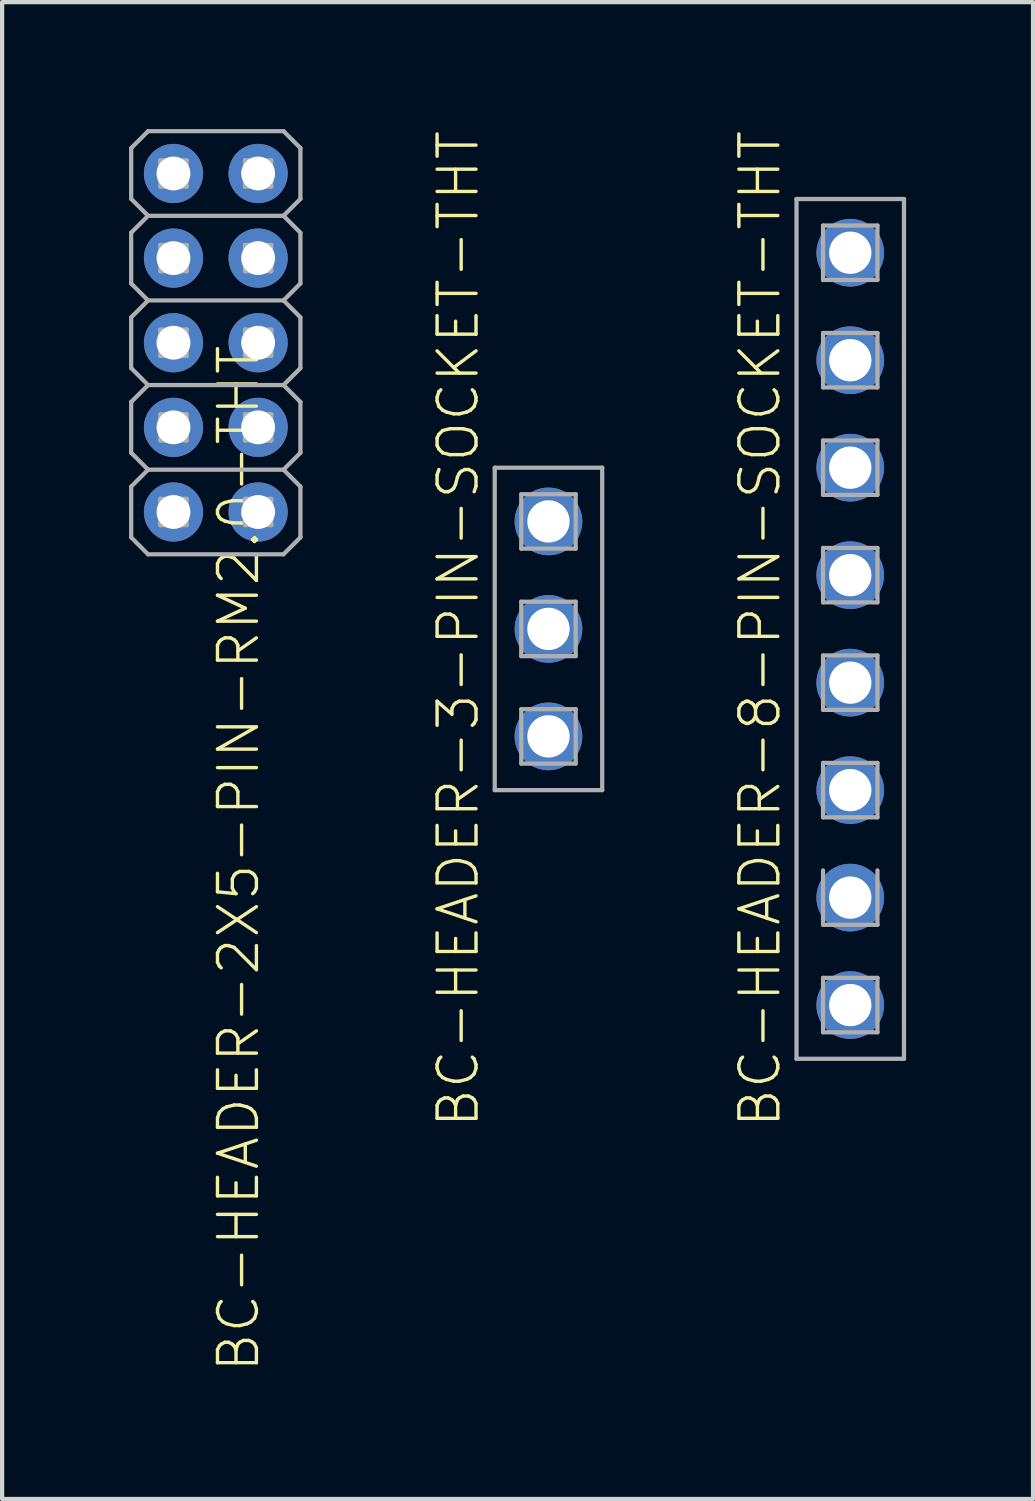
<source format=kicad_pcb>
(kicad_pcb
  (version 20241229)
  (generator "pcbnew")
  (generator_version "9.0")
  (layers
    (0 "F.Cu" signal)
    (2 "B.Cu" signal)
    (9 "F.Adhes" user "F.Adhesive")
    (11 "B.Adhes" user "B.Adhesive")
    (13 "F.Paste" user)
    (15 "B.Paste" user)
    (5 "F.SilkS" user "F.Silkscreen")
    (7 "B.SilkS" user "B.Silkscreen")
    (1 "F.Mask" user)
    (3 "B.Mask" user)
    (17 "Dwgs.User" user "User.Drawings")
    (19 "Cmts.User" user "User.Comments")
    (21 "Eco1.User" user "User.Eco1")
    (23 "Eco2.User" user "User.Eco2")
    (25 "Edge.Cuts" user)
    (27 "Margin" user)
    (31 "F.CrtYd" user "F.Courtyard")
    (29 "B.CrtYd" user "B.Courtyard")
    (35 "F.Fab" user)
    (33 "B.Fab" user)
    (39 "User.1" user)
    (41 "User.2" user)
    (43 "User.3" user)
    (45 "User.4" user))
  (footprint "BC-HEADER-3-PIN-SOCKET-THT"
    (layer "F.Cu")
    (at 9.912 11.813)
    (property "Reference" "BC-HEADER-3-PIN-SOCKET-THT" (at -2.134 0 90) (unlocked yes) (layer "F.SilkS") (effects (font (size 0.92 0.92) (thickness 0.08))))
    (fp_line (start -1.27 -3.81) (end -1.27 3.81) (stroke (width 0.1) (type solid)) (layer "F.Fab"))
    (fp_line (start -1.27 3.81) (end 1.27 3.81) (stroke (width 0.1) (type solid)) (layer "F.Fab"))
    (fp_line (start -0.643 -3.183) (end -0.643 -1.897) (stroke (width 0.1) (type solid)) (layer "F.Fab"))
    (fp_line (start -0.643 -1.897) (end 0.643 -1.897) (stroke (width 0.1) (type solid)) (layer "F.Fab"))
    (fp_line (start -0.643 -0.643) (end -0.643 0.643) (stroke (width 0.1) (type solid)) (layer "F.Fab"))
    (fp_line (start -0.643 0.643) (end 0.643 0.643) (stroke (width 0.1) (type solid)) (layer "F.Fab"))
    (fp_line (start -0.643 1.897) (end -0.643 3.183) (stroke (width 0.1) (type solid)) (layer "F.Fab"))
    (fp_line (start -0.643 3.183) (end 0.643 3.183) (stroke (width 0.1) (type solid)) (layer "F.Fab"))
    (fp_line (start 0.643 -3.183) (end -0.643 -3.183) (stroke (width 0.1) (type solid)) (layer "F.Fab"))
    (fp_line (start 0.643 -1.897) (end 0.643 -3.183) (stroke (width 0.1) (type solid)) (layer "F.Fab"))
    (fp_line (start 0.643 -0.643) (end -0.643 -0.643) (stroke (width 0.1) (type solid)) (layer "F.Fab"))
    (fp_line (start 0.643 0.643) (end 0.643 -0.643) (stroke (width 0.1) (type solid)) (layer "F.Fab"))
    (fp_line (start 0.643 1.897) (end -0.643 1.897) (stroke (width 0.1) (type solid)) (layer "F.Fab"))
    (fp_line (start 0.643 3.183) (end 0.643 1.897) (stroke (width 0.1) (type solid)) (layer "F.Fab"))
    (fp_line (start 1.27 -3.81) (end -1.27 -3.81) (stroke (width 0.1) (type solid)) (layer "F.Fab"))
    (fp_line (start 1.27 3.81) (end 1.27 -3.81) (stroke (width 0.1) (type solid)) (layer "F.Fab"))
    (pad "1" thru_hole circle (at 0 -2.54) (size 1.6 1.6) (drill 1) (layers "*.Cu" "*.Mask"))
    (pad "2" thru_hole circle (at 0 0) (size 1.6 1.6) (drill 1) (layers "*.Cu" "*.Mask"))
    (pad "3" thru_hole circle (at 0 2.54) (size 1.6 1.6) (drill 1) (layers "*.Cu" "*.Mask")))
  (footprint "BC-HEADER-8-PIN-SOCKET-THT"
    (layer "F.Cu")
    (at 17.044 11.813)
    (property "Reference" "BC-HEADER-8-PIN-SOCKET-THT" (at -2.134 0 90) (unlocked yes) (layer "F.SilkS") (effects (font (size 0.92 0.92) (thickness 0.08))))
    (fp_line (start -1.27 -10.16) (end -1.27 10.16) (stroke (width 0.1) (type solid)) (layer "F.Fab"))
    (fp_line (start -1.27 10.16) (end 1.27 10.16) (stroke (width 0.1) (type solid)) (layer "F.Fab"))
    (fp_line (start -0.643 -9.533) (end -0.643 -8.247) (stroke (width 0.1) (type solid)) (layer "F.Fab"))
    (fp_line (start -0.643 -8.247) (end 0.643 -8.247) (stroke (width 0.1) (type solid)) (layer "F.Fab"))
    (fp_line (start -0.643 -6.993) (end -0.643 -5.707) (stroke (width 0.1) (type solid)) (layer "F.Fab"))
    (fp_line (start -0.643 -5.707) (end 0.643 -5.707) (stroke (width 0.1) (type solid)) (layer "F.Fab"))
    (fp_line (start -0.643 -4.453) (end -0.643 -3.167) (stroke (width 0.1) (type solid)) (layer "F.Fab"))
    (fp_line (start -0.643 -3.167) (end 0.643 -3.167) (stroke (width 0.1) (type solid)) (layer "F.Fab"))
    (fp_line (start -0.643 -1.913) (end -0.643 -0.627) (stroke (width 0.1) (type solid)) (layer "F.Fab"))
    (fp_line (start -0.643 -0.627) (end 0.643 -0.627) (stroke (width 0.1) (type solid)) (layer "F.Fab"))
    (fp_line (start -0.643 0.627) (end -0.643 1.913) (stroke (width 0.1) (type solid)) (layer "F.Fab"))
    (fp_line (start -0.643 1.913) (end 0.643 1.913) (stroke (width 0.1) (type solid)) (layer "F.Fab"))
    (fp_line (start -0.643 3.167) (end -0.643 4.453) (stroke (width 0.1) (type solid)) (layer "F.Fab"))
    (fp_line (start -0.643 4.453) (end 0.643 4.453) (stroke (width 0.1) (type solid)) (layer "F.Fab"))
    (fp_line (start -0.643 5.707) (end -0.643 6.993) (stroke (width 0.1) (type solid)) (layer "F.Fab"))
    (fp_line (start -0.643 6.993) (end 0.643 6.993) (stroke (width 0.1) (type solid)) (layer "F.Fab"))
    (fp_line (start -0.643 8.247) (end -0.643 9.533) (stroke (width 0.1) (type solid)) (layer "F.Fab"))
    (fp_line (start -0.643 9.533) (end 0.643 9.533) (stroke (width 0.1) (type solid)) (layer "F.Fab"))
    (fp_line (start 0.643 -9.533) (end -0.643 -9.533) (stroke (width 0.1) (type solid)) (layer "F.Fab"))
    (fp_line (start 0.643 -8.247) (end 0.643 -9.533) (stroke (width 0.1) (type solid)) (layer "F.Fab"))
    (fp_line (start 0.643 -6.993) (end -0.643 -6.993) (stroke (width 0.1) (type solid)) (layer "F.Fab"))
    (fp_line (start 0.643 -5.707) (end 0.643 -6.993) (stroke (width 0.1) (type solid)) (layer "F.Fab"))
    (fp_line (start 0.643 -4.453) (end -0.643 -4.453) (stroke (width 0.1) (type solid)) (layer "F.Fab"))
    (fp_line (start 0.643 -3.167) (end 0.643 -4.453) (stroke (width 0.1) (type solid)) (layer "F.Fab"))
    (fp_line (start 0.643 -1.913) (end -0.643 -1.913) (stroke (width 0.1) (type solid)) (layer "F.Fab"))
    (fp_line (start 0.643 -0.627) (end 0.643 -1.913) (stroke (width 0.1) (type solid)) (layer "F.Fab"))
    (fp_line (start 0.643 0.627) (end -0.643 0.627) (stroke (width 0.1) (type solid)) (layer "F.Fab"))
    (fp_line (start 0.643 1.913) (end 0.643 0.627) (stroke (width 0.1) (type solid)) (layer "F.Fab"))
    (fp_line (start 0.643 3.167) (end -0.643 3.167) (stroke (width 0.1) (type solid)) (layer "F.Fab"))
    (fp_line (start 0.643 4.453) (end 0.643 3.167) (stroke (width 0.1) (type solid)) (layer "F.Fab"))
    (fp_line (start 0.643 6.993) (end 0.643 5.707) (stroke (width 0.1) (type solid)) (layer "F.Fab"))
    (fp_line (start 0.643 8.247) (end -0.643 8.247) (stroke (width 0.1) (type solid)) (layer "F.Fab"))
    (fp_line (start 0.643 9.533) (end 0.643 8.247) (stroke (width 0.1) (type solid)) (layer "F.Fab"))
    (fp_line (start 1.27 -10.16) (end -1.27 -10.16) (stroke (width 0.1) (type solid)) (layer "F.Fab"))
    (fp_line (start 1.27 10.16) (end 1.27 -10.16) (stroke (width 0.1) (type solid)) (layer "F.Fab"))
    (pad "1" thru_hole circle (at 0 -8.89) (size 1.6 1.6) (drill 1) (layers "*.Cu" "*.Mask"))
    (pad "2" thru_hole circle (at 0 -6.35) (size 1.6 1.6) (drill 1) (layers "*.Cu" "*.Mask"))
    (pad "3" thru_hole circle (at 0 -3.81) (size 1.6 1.6) (drill 1) (layers "*.Cu" "*.Mask"))
    (pad "4" thru_hole circle (at 0 -1.27 180) (size 1.6 1.6) (drill 1) (layers "*.Cu" "*.Mask"))
    (pad "5" thru_hole circle (at 0 1.27 180) (size 1.6 1.6) (drill 1) (layers "*.Cu" "*.Mask"))
    (pad "6" thru_hole circle (at 0 3.81 180) (size 1.6 1.6) (drill 1) (layers "*.Cu" "*.Mask"))
    (pad "7" thru_hole circle (at 0 6.35 180) (size 1.6 1.6) (drill 1) (layers "*.Cu" "*.Mask"))
    (pad "8" thru_hole circle (at 0 8.89 180) (size 1.6 1.6) (drill 1) (layers "*.Cu" "*.Mask")))
  (footprint "BC-HEADER-2X5-PIN-RM2.0-THT"
    (layer "F.Cu")
    (at 2.05 5.05)
    (property "Reference" "BC-HEADER-2X5-PIN-RM2.0-THT" (at 0 0 90) (unlocked yes) (layer "F.SilkS") (effects (font (size 0.92 0.92) (thickness 0.08)) (justify right top)))
    (fp_line (start -2 -4.6) (end -1.6 -5) (stroke (width 0.1) (type solid)) (layer "F.Fab"))
    (fp_line (start -2 -3.4) (end -2 -4.6) (stroke (width 0.1) (type solid)) (layer "F.Fab"))
    (fp_line (start -2 -3.4) (end -1.6 -3) (stroke (width 0.1) (type solid)) (layer "F.Fab"))
    (fp_line (start -2 -2.6) (end -1.6 -3) (stroke (width 0.1) (type solid)) (layer "F.Fab"))
    (fp_line (start -2 -1.4) (end -2 -2.6) (stroke (width 0.1) (type solid)) (layer "F.Fab"))
    (fp_line (start -2 -1.4) (end -1.6 -1) (stroke (width 0.1) (type solid)) (layer "F.Fab"))
    (fp_line (start -2 -0.6) (end -1.6 -1) (stroke (width 0.1) (type solid)) (layer "F.Fab"))
    (fp_line (start -2 0.6) (end -2 -0.6) (stroke (width 0.1) (type solid)) (layer "F.Fab"))
    (fp_line (start -2 0.6) (end -1.6 1) (stroke (width 0.1) (type solid)) (layer "F.Fab"))
    (fp_line (start -2 1.4) (end -1.6 1) (stroke (width 0.1) (type solid)) (layer "F.Fab"))
    (fp_line (start -2 2.6) (end -2 1.4) (stroke (width 0.1) (type solid)) (layer "F.Fab"))
    (fp_line (start -2 2.6) (end -1.6 3) (stroke (width 0.1) (type solid)) (layer "F.Fab"))
    (fp_line (start -2 3.4) (end -1.6 3) (stroke (width 0.1) (type solid)) (layer "F.Fab"))
    (fp_line (start -2 4.6) (end -2 3.4) (stroke (width 0.1) (type solid)) (layer "F.Fab"))
    (fp_line (start -2 4.6) (end -1.6 5) (stroke (width 0.1) (type solid)) (layer "F.Fab"))
    (fp_line (start -1.6 -5) (end 1.6 -5) (stroke (width 0.1) (type solid)) (layer "F.Fab"))
    (fp_line (start -1.6 -3) (end 1.6 -3) (stroke (width 0.1) (type solid)) (layer "F.Fab"))
    (fp_line (start -1.6 -1) (end 1.6 -1) (stroke (width 0.1) (type solid)) (layer "F.Fab"))
    (fp_line (start -1.6 1) (end 1.6 1) (stroke (width 0.1) (type solid)) (layer "F.Fab"))
    (fp_line (start -1.6 3) (end 1.6 3) (stroke (width 0.1) (type solid)) (layer "F.Fab"))
    (fp_line (start -1.6 5) (end 1.6 5) (stroke (width 0.1) (type solid)) (layer "F.Fab"))
    (fp_line (start -1.31 -4.31) (end -1.31 -3.69) (stroke (width 0.1) (type solid)) (layer "F.Fab"))
    (fp_line (start -1.31 -3.69) (end -0.69 -3.69) (stroke (width 0.1) (type solid)) (layer "F.Fab"))
    (fp_line (start -1.31 -2.31) (end -1.31 -1.69) (stroke (width 0.1) (type solid)) (layer "F.Fab"))
    (fp_line (start -1.31 -1.69) (end -0.69 -1.69) (stroke (width 0.1) (type solid)) (layer "F.Fab"))
    (fp_line (start -1.31 -0.31) (end -1.31 0.31) (stroke (width 0.1) (type solid)) (layer "F.Fab"))
    (fp_line (start -1.31 0.31) (end -0.69 0.31) (stroke (width 0.1) (type solid)) (layer "F.Fab"))
    (fp_line (start -1.31 1.69) (end -1.31 2.31) (stroke (width 0.1) (type solid)) (layer "F.Fab"))
    (fp_line (start -1.31 2.31) (end -0.69 2.31) (stroke (width 0.1) (type solid)) (layer "F.Fab"))
    (fp_line (start -1.31 3.69) (end -1.31 4.31) (stroke (width 0.1) (type solid)) (layer "F.Fab"))
    (fp_line (start -1.31 4.31) (end -0.69 4.31) (stroke (width 0.1) (type solid)) (layer "F.Fab"))
    (fp_line (start -0.69 -4.31) (end -1.31 -4.31) (stroke (width 0.1) (type solid)) (layer "F.Fab"))
    (fp_line (start -0.69 -3.69) (end -0.69 -4.31) (stroke (width 0.1) (type solid)) (layer "F.Fab"))
    (fp_line (start -0.69 -2.31) (end -1.31 -2.31) (stroke (width 0.1) (type solid)) (layer "F.Fab"))
    (fp_line (start -0.69 -1.69) (end -0.69 -2.31) (stroke (width 0.1) (type solid)) (layer "F.Fab"))
    (fp_line (start -0.69 -0.31) (end -1.31 -0.31) (stroke (width 0.1) (type solid)) (layer "F.Fab"))
    (fp_line (start -0.69 0.31) (end -0.69 -0.31) (stroke (width 0.1) (type solid)) (layer "F.Fab"))
    (fp_line (start -0.69 1.69) (end -1.31 1.69) (stroke (width 0.1) (type solid)) (layer "F.Fab"))
    (fp_line (start -0.69 2.31) (end -0.69 1.69) (stroke (width 0.1) (type solid)) (layer "F.Fab"))
    (fp_line (start -0.69 3.69) (end -1.31 3.69) (stroke (width 0.1) (type solid)) (layer "F.Fab"))
    (fp_line (start -0.69 4.31) (end -0.69 3.69) (stroke (width 0.1) (type solid)) (layer "F.Fab"))
    (fp_line (start 0.69 -4.31) (end 0.69 -3.69) (stroke (width 0.1) (type solid)) (layer "F.Fab"))
    (fp_line (start 0.69 -3.69) (end 1.31 -3.69) (stroke (width 0.1) (type solid)) (layer "F.Fab"))
    (fp_line (start 0.69 -2.31) (end 0.69 -1.69) (stroke (width 0.1) (type solid)) (layer "F.Fab"))
    (fp_line (start 0.69 -1.69) (end 1.31 -1.69) (stroke (width 0.1) (type solid)) (layer "F.Fab"))
    (fp_line (start 0.69 -0.31) (end 0.69 0.31) (stroke (width 0.1) (type solid)) (layer "F.Fab"))
    (fp_line (start 0.69 0.31) (end 1.31 0.31) (stroke (width 0.1) (type solid)) (layer "F.Fab"))
    (fp_line (start 0.69 1.69) (end 0.69 2.31) (stroke (width 0.1) (type solid)) (layer "F.Fab"))
    (fp_line (start 0.69 2.31) (end 1.31 2.31) (stroke (width 0.1) (type solid)) (layer "F.Fab"))
    (fp_line (start 0.69 3.69) (end 0.69 4.31) (stroke (width 0.1) (type solid)) (layer "F.Fab"))
    (fp_line (start 0.69 4.31) (end 1.31 4.31) (stroke (width 0.1) (type solid)) (layer "F.Fab"))
    (fp_line (start 1.31 -4.31) (end 0.69 -4.31) (stroke (width 0.1) (type solid)) (layer "F.Fab"))
    (fp_line (start 1.31 -3.69) (end 1.31 -4.31) (stroke (width 0.1) (type solid)) (layer "F.Fab"))
    (fp_line (start 1.31 -2.31) (end 0.69 -2.31) (stroke (width 0.1) (type solid)) (layer "F.Fab"))
    (fp_line (start 1.31 -1.69) (end 1.31 -2.31) (stroke (width 0.1) (type solid)) (layer "F.Fab"))
    (fp_line (start 1.31 -0.31) (end 0.69 -0.31) (stroke (width 0.1) (type solid)) (layer "F.Fab"))
    (fp_line (start 1.31 0.31) (end 1.31 -0.31) (stroke (width 0.1) (type solid)) (layer "F.Fab"))
    (fp_line (start 1.31 1.69) (end 0.69 1.69) (stroke (width 0.1) (type solid)) (layer "F.Fab"))
    (fp_line (start 1.31 2.31) (end 1.31 1.69) (stroke (width 0.1) (type solid)) (layer "F.Fab"))
    (fp_line (start 1.31 3.69) (end 0.69 3.69) (stroke (width 0.1) (type solid)) (layer "F.Fab"))
    (fp_line (start 1.31 4.31) (end 1.31 3.69) (stroke (width 0.1) (type solid)) (layer "F.Fab"))
    (fp_line (start 1.6 -5) (end 2 -4.6) (stroke (width 0.1) (type solid)) (layer "F.Fab"))
    (fp_line (start 1.6 -3) (end 2 -3.4) (stroke (width 0.1) (type solid)) (layer "F.Fab"))
    (fp_line (start 1.6 -3) (end 2 -2.6) (stroke (width 0.1) (type solid)) (layer "F.Fab"))
    (fp_line (start 1.6 -1) (end 2 -1.4) (stroke (width 0.1) (type solid)) (layer "F.Fab"))
    (fp_line (start 1.6 -1) (end 2 -0.6) (stroke (width 0.1) (type solid)) (layer "F.Fab"))
    (fp_line (start 1.6 1) (end 2 0.6) (stroke (width 0.1) (type solid)) (layer "F.Fab"))
    (fp_line (start 1.6 1) (end 2 1.4) (stroke (width 0.1) (type solid)) (layer "F.Fab"))
    (fp_line (start 1.6 3) (end 2 2.6) (stroke (width 0.1) (type solid)) (layer "F.Fab"))
    (fp_line (start 1.6 3) (end 2 3.4) (stroke (width 0.1) (type solid)) (layer "F.Fab"))
    (fp_line (start 1.6 5) (end 2 4.6) (stroke (width 0.1) (type solid)) (layer "F.Fab"))
    (fp_line (start 2 -3.4) (end 2 -4.6) (stroke (width 0.1) (type solid)) (layer "F.Fab"))
    (fp_line (start 2 -1.4) (end 2 -2.6) (stroke (width 0.1) (type solid)) (layer "F.Fab"))
    (fp_line (start 2 0.6) (end 2 -0.6) (stroke (width 0.1) (type solid)) (layer "F.Fab"))
    (fp_line (start 2 2.6) (end 2 1.4) (stroke (width 0.1) (type solid)) (layer "F.Fab"))
    (fp_line (start 2 4.6) (end 2 3.4) (stroke (width 0.1) (type solid)) (layer "F.Fab"))
    (fp_text user "2" (at 1.025 -4 0) (layer "F.Fab") (effects (font (size 0.308 0.308) (thickness 0.042)) (justify right top)))
    (fp_text user "1" (at -0.975 -4 0) (layer "F.Fab") (effects (font (size 0.308 0.308) (thickness 0.042)) (justify right top)))
    (fp_text user "9" (at -0.975 4 0) (layer "F.Fab") (effects (font (size 0.308 0.308) (thickness 0.042)) (justify right top)))
    (fp_text user "10" (at 1.025 4 0) (layer "F.Fab") (effects (font (size 0.22 0.22) (thickness 0.03)) (justify right top)))
    (pad "1" thru_hole circle (at -1 -4 180) (size 1.4 1.4) (drill 0.8) (layers "*.Cu" "*.Mask"))
    (pad "2" thru_hole circle (at 1 -4 180) (size 1.4 1.4) (drill 0.8) (layers "*.Cu" "*.Mask"))
    (pad "3" thru_hole circle (at -1 -2 180) (size 1.4 1.4) (drill 0.8) (layers "*.Cu" "*.Mask"))
    (pad "4" thru_hole circle (at 1 -2 180) (size 1.4 1.4) (drill 0.8) (layers "*.Cu" "*.Mask"))
    (pad "5" thru_hole circle (at -1 0 180) (size 1.4 1.4) (drill 0.8) (layers "*.Cu" "*.Mask"))
    (pad "6" thru_hole circle (at 1 0 180) (size 1.4 1.4) (drill 0.8) (layers "*.Cu" "*.Mask"))
    (pad "7" thru_hole circle (at -1 2 180) (size 1.4 1.4) (drill 0.8) (layers "*.Cu" "*.Mask"))
    (pad "8" thru_hole circle (at 1 2 180) (size 1.4 1.4) (drill 0.8) (layers "*.Cu" "*.Mask"))
    (pad "9" thru_hole circle (at -1 4 180) (size 1.4 1.4) (drill 0.8) (layers "*.Cu" "*.Mask"))
    (pad "10" thru_hole circle (at 1 4 180) (size 1.4 1.4) (drill 0.8) (layers "*.Cu" "*.Mask")))
  (gr_rect
    (start -3 -3)
    (end 21.364 32.376)
    (stroke (width 0.1) (type default))
    (fill no)
    (layer "Edge.Cuts")))
</source>
